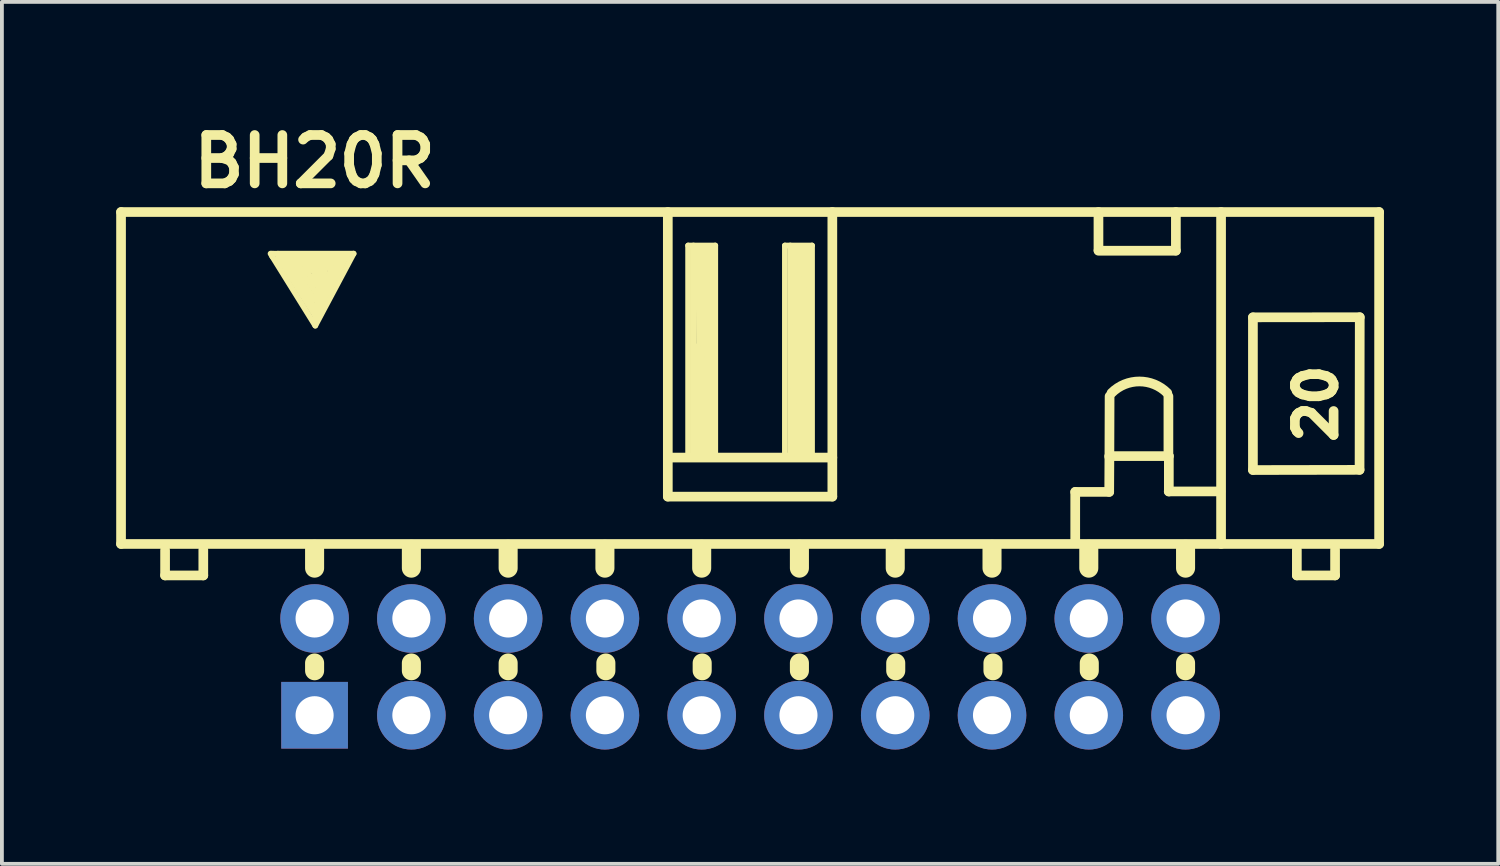
<source format=kicad_pcb>
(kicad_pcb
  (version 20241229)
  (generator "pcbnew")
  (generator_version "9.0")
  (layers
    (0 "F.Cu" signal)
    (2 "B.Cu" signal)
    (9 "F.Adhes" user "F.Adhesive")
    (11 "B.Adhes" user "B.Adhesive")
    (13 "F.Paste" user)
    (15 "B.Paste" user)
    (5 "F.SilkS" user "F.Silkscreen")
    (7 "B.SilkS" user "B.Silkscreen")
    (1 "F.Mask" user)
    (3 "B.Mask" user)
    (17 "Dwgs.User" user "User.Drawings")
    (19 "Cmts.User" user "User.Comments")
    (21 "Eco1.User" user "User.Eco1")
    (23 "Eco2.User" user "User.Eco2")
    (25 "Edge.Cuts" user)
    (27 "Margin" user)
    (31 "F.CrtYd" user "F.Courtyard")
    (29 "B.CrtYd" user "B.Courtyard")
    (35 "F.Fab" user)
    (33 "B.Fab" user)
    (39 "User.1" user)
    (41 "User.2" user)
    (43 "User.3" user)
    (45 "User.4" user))
  (footprint "BH20R"
    (layer "F.Cu")
    (at 16.637 14.453)
    (property "Reference" "BH20R" (at -11.43 -13.264 0) (layer "F.SilkS") (effects (font (size 1.27 1.27) (thickness 0.254))))
    (attr through_hole)
    (fp_line (start -16.51 -11.938) (end 16.51 -11.938) (stroke (width 0.254) (type solid)) (layer "F.SilkS"))
    (fp_line (start -16.51 -3.226) (end -16.51 -11.938) (stroke (width 0.254) (type solid)) (layer "F.SilkS"))
    (fp_line (start -16.51 -3.226) (end 16.51 -3.226) (stroke (width 0.254) (type solid)) (layer "F.SilkS"))
    (fp_line (start -15.354 -3.061) (end -15.354 -2.4) (stroke (width 0.254) (type solid)) (layer "F.SilkS"))
    (fp_line (start -15.354 -2.4) (end -14.351 -2.4) (stroke (width 0.254) (type solid)) (layer "F.SilkS"))
    (fp_line (start -14.351 -2.4) (end -14.351 -3.073) (stroke (width 0.254) (type solid)) (layer "F.SilkS"))
    (fp_line (start -12.54 -10.77) (end -12.586 -10.846) (stroke (width 0.15) (type solid)) (layer "F.SilkS"))
    (fp_line (start -12.403 -10.846) (end -10.406 -10.846) (stroke (width 0.15) (type solid)) (layer "F.SilkS"))
    (fp_line (start -12.388 -10.762) (end -11.412 -9.215) (stroke (width 0.15) (type solid)) (layer "F.SilkS"))
    (fp_line (start -12.367 -10.841) (end -12.56 -10.846) (stroke (width 0.15) (type solid)) (layer "F.SilkS"))
    (fp_line (start -12.258 -10.77) (end -11.427 -9.428) (stroke (width 0.15) (type solid)) (layer "F.SilkS"))
    (fp_line (start -12.129 -10.671) (end -11.427 -9.642) (stroke (width 0.15) (type solid)) (layer "F.SilkS"))
    (fp_line (start -11.915 -10.564) (end -11.389 -9.817) (stroke (width 0.15) (type solid)) (layer "F.SilkS"))
    (fp_line (start -11.687 -10.472) (end -11.397 -10.03) (stroke (width 0.15) (type solid)) (layer "F.SilkS"))
    (fp_line (start -11.669 -10.351) (end -11.991 -10.615) (stroke (width 0.15) (type solid)) (layer "F.SilkS"))
    (fp_line (start -11.534 -10.434) (end -11.359 -10.328) (stroke (width 0.15) (type solid)) (layer "F.SilkS"))
    (fp_line (start -11.466 -10.259) (end -11.458 -10.251) (stroke (width 0.15) (type solid)) (layer "F.SilkS"))
    (fp_line (start -11.43 -3.086) (end -11.43 -2.591) (stroke (width 0.5) (type solid)) (layer "F.SilkS"))
    (fp_line (start -11.43 -0.102) (end -11.43 0.102) (stroke (width 0.5) (type solid)) (layer "F.SilkS"))
    (fp_line (start -11.427 -9.642) (end -10.886 -10.617) (stroke (width 0.15) (type solid)) (layer "F.SilkS"))
    (fp_line (start -11.427 -9.428) (end -10.757 -10.686) (stroke (width 0.15) (type solid)) (layer "F.SilkS"))
    (fp_line (start -11.412 -9.215) (end -10.597 -10.762) (stroke (width 0.15) (type solid)) (layer "F.SilkS"))
    (fp_line (start -11.412 -8.956) (end -12.54 -10.77) (stroke (width 0.15) (type solid)) (layer "F.SilkS"))
    (fp_line (start -11.397 -10.03) (end -11.252 -10.48) (stroke (width 0.15) (type solid)) (layer "F.SilkS"))
    (fp_line (start -11.389 -9.817) (end -11.1 -10.556) (stroke (width 0.15) (type solid)) (layer "F.SilkS"))
    (fp_line (start -11.359 -10.328) (end -11.466 -10.259) (stroke (width 0.15) (type solid)) (layer "F.SilkS"))
    (fp_line (start -11.351 -9.406) (end -11.412 -9.108) (stroke (width 0.15) (type solid)) (layer "F.SilkS"))
    (fp_line (start -11.252 -10.48) (end -11.534 -10.434) (stroke (width 0.15) (type solid)) (layer "F.SilkS"))
    (fp_line (start -11.1 -10.556) (end -11.687 -10.472) (stroke (width 0.15) (type solid)) (layer "F.SilkS"))
    (fp_line (start -10.955 -10.668) (end -11.062 -10.472) (stroke (width 0.15) (type solid)) (layer "F.SilkS"))
    (fp_line (start -10.886 -10.617) (end -11.915 -10.564) (stroke (width 0.15) (type solid)) (layer "F.SilkS"))
    (fp_line (start -10.757 -10.686) (end -12.129 -10.671) (stroke (width 0.15) (type solid)) (layer "F.SilkS"))
    (fp_line (start -10.597 -10.762) (end -12.258 -10.77) (stroke (width 0.15) (type solid)) (layer "F.SilkS"))
    (fp_line (start -10.406 -10.846) (end -11.412 -8.956) (stroke (width 0.15) (type solid)) (layer "F.SilkS"))
    (fp_line (start -8.89 -3.086) (end -8.89 -2.591) (stroke (width 0.5) (type solid)) (layer "F.SilkS"))
    (fp_line (start -8.89 -0.102) (end -8.89 0.102) (stroke (width 0.5) (type solid)) (layer "F.SilkS"))
    (fp_line (start -6.35 -3.086) (end -6.35 -2.591) (stroke (width 0.5) (type solid)) (layer "F.SilkS"))
    (fp_line (start -6.35 -0.102) (end -6.35 0.102) (stroke (width 0.5) (type solid)) (layer "F.SilkS"))
    (fp_line (start -3.81 -3.086) (end -3.81 -2.591) (stroke (width 0.5) (type solid)) (layer "F.SilkS"))
    (fp_line (start -3.785 -0.102) (end -3.785 0.102) (stroke (width 0.5) (type solid)) (layer "F.SilkS"))
    (fp_line (start -2.159 -4.47) (end -2.159 -11.938) (stroke (width 0.254) (type solid)) (layer "F.SilkS"))
    (fp_line (start -2.141 -5.494) (end 2.159 -5.494) (stroke (width 0.254) (type solid)) (layer "F.SilkS"))
    (fp_line (start -1.626 -11.059) (end -0.914 -11.059) (stroke (width 0.15) (type solid)) (layer "F.SilkS"))
    (fp_line (start -1.626 -5.502) (end -1.626 -11.059) (stroke (width 0.15) (type solid)) (layer "F.SilkS"))
    (fp_line (start -1.486 -11.059) (end -1.486 -5.588) (stroke (width 0.15) (type solid)) (layer "F.SilkS"))
    (fp_line (start -1.407 -5.596) (end -1.016 -5.598) (stroke (width 0.15) (type solid)) (layer "F.SilkS"))
    (fp_line (start -1.394 -6.37) (end -1.407 -5.596) (stroke (width 0.15) (type solid)) (layer "F.SilkS"))
    (fp_line (start -1.382 -8.415) (end -1.41 -6.18) (stroke (width 0.15) (type solid)) (layer "F.SilkS"))
    (fp_line (start -1.349 -11.013) (end -1.333 -5.634) (stroke (width 0.15) (type solid)) (layer "F.SilkS"))
    (fp_line (start -1.27 -3.086) (end -1.27 -2.591) (stroke (width 0.5) (type solid)) (layer "F.SilkS"))
    (fp_line (start -1.257 -0.102) (end -1.257 0.102) (stroke (width 0.5) (type solid)) (layer "F.SilkS"))
    (fp_line (start -1.227 -11.013) (end -1.242 -5.618) (stroke (width 0.15) (type solid)) (layer "F.SilkS"))
    (fp_line (start -1.105 -11.013) (end -1.12 -5.649) (stroke (width 0.15) (type solid)) (layer "F.SilkS"))
    (fp_line (start -0.983 -11.029) (end -1.029 -5.649) (stroke (width 0.15) (type solid)) (layer "F.SilkS"))
    (fp_line (start -0.914 -11.059) (end -0.914 -5.512) (stroke (width 0.15) (type solid)) (layer "F.SilkS"))
    (fp_line (start 0.914 -11.059) (end 1.626 -11.059) (stroke (width 0.15) (type solid)) (layer "F.SilkS"))
    (fp_line (start 0.914 -5.502) (end 0.914 -11.059) (stroke (width 0.15) (type solid)) (layer "F.SilkS"))
    (fp_line (start 1.054 -11.059) (end 1.054 -5.588) (stroke (width 0.15) (type solid)) (layer "F.SilkS"))
    (fp_line (start 1.133 -5.596) (end 1.524 -5.598) (stroke (width 0.15) (type solid)) (layer "F.SilkS"))
    (fp_line (start 1.146 -6.37) (end 1.133 -5.596) (stroke (width 0.15) (type solid)) (layer "F.SilkS"))
    (fp_line (start 1.158 -8.415) (end 1.13 -6.18) (stroke (width 0.15) (type solid)) (layer "F.SilkS"))
    (fp_line (start 1.191 -11.013) (end 1.206 -5.634) (stroke (width 0.15) (type solid)) (layer "F.SilkS"))
    (fp_line (start 1.295 -3.086) (end 1.295 -2.591) (stroke (width 0.5) (type solid)) (layer "F.SilkS"))
    (fp_line (start 1.295 -0.102) (end 1.295 0.102) (stroke (width 0.5) (type solid)) (layer "F.SilkS"))
    (fp_line (start 1.313 -11.013) (end 1.298 -5.618) (stroke (width 0.15) (type solid)) (layer "F.SilkS"))
    (fp_line (start 1.435 -11.013) (end 1.42 -5.649) (stroke (width 0.15) (type solid)) (layer "F.SilkS"))
    (fp_line (start 1.557 -11.029) (end 1.511 -5.649) (stroke (width 0.15) (type solid)) (layer "F.SilkS"))
    (fp_line (start 1.626 -11.059) (end 1.626 -5.512) (stroke (width 0.15) (type solid)) (layer "F.SilkS"))
    (fp_line (start 2.159 -4.47) (end 2.159 -11.938) (stroke (width 0.254) (type solid)) (layer "F.SilkS"))
    (fp_line (start 2.159 -4.468) (end -2.159 -4.468) (stroke (width 0.254) (type solid)) (layer "F.SilkS"))
    (fp_line (start 3.81 -3.086) (end 3.81 -2.591) (stroke (width 0.5) (type solid)) (layer "F.SilkS"))
    (fp_line (start 3.823 -0.102) (end 3.823 0.102) (stroke (width 0.5) (type solid)) (layer "F.SilkS"))
    (fp_line (start 6.35 -3.086) (end 6.35 -2.591) (stroke (width 0.5) (type solid)) (layer "F.SilkS"))
    (fp_line (start 6.375 -0.102) (end 6.375 0.102) (stroke (width 0.5) (type solid)) (layer "F.SilkS"))
    (fp_line (start 8.534 -4.592) (end 8.534 -3.259) (stroke (width 0.254) (type solid)) (layer "F.SilkS"))
    (fp_line (start 8.534 -4.592) (end 9.426 -4.592) (stroke (width 0.254) (type solid)) (layer "F.SilkS"))
    (fp_line (start 8.89 -3.086) (end 8.89 -2.591) (stroke (width 0.5) (type solid)) (layer "F.SilkS"))
    (fp_line (start 8.903 -0.102) (end 8.903 0.102) (stroke (width 0.5) (type solid)) (layer "F.SilkS"))
    (fp_line (start 9.144 -11.938) (end 9.144 -10.937) (stroke (width 0.254) (type solid)) (layer "F.SilkS"))
    (fp_line (start 9.144 -10.922) (end 11.176 -10.922) (stroke (width 0.254) (type solid)) (layer "F.SilkS"))
    (fp_line (start 9.426 -4.592) (end 9.431 -5.532) (stroke (width 0.254) (type solid)) (layer "F.SilkS"))
    (fp_line (start 9.431 -5.532) (end 10.991 -5.532) (stroke (width 0.254) (type solid)) (layer "F.SilkS"))
    (fp_line (start 9.431 -5.507) (end 9.436 -7.102) (stroke (width 0.254) (type solid)) (layer "F.SilkS"))
    (fp_line (start 10.98 -5.527) (end 10.98 -7.102) (stroke (width 0.254) (type solid)) (layer "F.SilkS"))
    (fp_line (start 10.991 -5.532) (end 10.991 -4.602) (stroke (width 0.254) (type solid)) (layer "F.SilkS"))
    (fp_line (start 11.176 -10.927) (end 11.176 -11.938) (stroke (width 0.254) (type solid)) (layer "F.SilkS"))
    (fp_line (start 11.43 -3.086) (end 11.43 -2.591) (stroke (width 0.5) (type solid)) (layer "F.SilkS"))
    (fp_line (start 11.43 -0.102) (end 11.43 0.102) (stroke (width 0.5) (type solid)) (layer "F.SilkS"))
    (fp_line (start 12.344 -4.605) (end 10.988 -4.605) (stroke (width 0.254) (type solid)) (layer "F.SilkS"))
    (fp_line (start 12.362 -11.938) (end 12.362 -3.226) (stroke (width 0.254) (type solid)) (layer "F.SilkS"))
    (fp_line (start 13.198 -9.174) (end 13.198 -5.169) (stroke (width 0.254) (type solid)) (layer "F.SilkS"))
    (fp_line (start 13.198 -5.166) (end 15.997 -5.171) (stroke (width 0.254) (type solid)) (layer "F.SilkS"))
    (fp_line (start 14.351 -3.073) (end 14.351 -2.4) (stroke (width 0.254) (type solid)) (layer "F.SilkS"))
    (fp_line (start 14.351 -2.4) (end 15.354 -2.4) (stroke (width 0.254) (type solid)) (layer "F.SilkS"))
    (fp_line (start 15.354 -2.4) (end 15.354 -3.073) (stroke (width 0.254) (type solid)) (layer "F.SilkS"))
    (fp_line (start 15.997 -5.171) (end 16.002 -9.177) (stroke (width 0.254) (type solid)) (layer "F.SilkS"))
    (fp_line (start 16.002 -9.177) (end 13.198 -9.174) (stroke (width 0.254) (type solid)) (layer "F.SilkS"))
    (fp_line (start 16.51 -3.226) (end 16.51 -11.938) (stroke (width 0.254) (type solid)) (layer "F.SilkS"))
    (fp_arc (start 9.4869 -7.1882) (mid 10.21842 -7.491206) (end 10.94994 -7.1882) (stroke (width 0.254) (type solid)) (layer "F.SilkS"))
    (fp_text user "20" (at 14.859 -6.909 90) (layer "F.SilkS") (effects (font (size 1.016 1.016) (thickness 0.254))))
    (pad "1" thru_hole rect (at -11.43 1.27) (size 1.75 1.75) (drill 1) (layers "*.Cu" "*.Mask"))
    (pad "2" thru_hole circle (at -11.43 -1.27) (size 1.8 1.8) (drill 1) (layers "*.Cu" "*.Mask"))
    (pad "3" thru_hole circle (at -8.89 1.27) (size 1.8 1.8) (drill 1) (layers "*.Cu" "*.Mask"))
    (pad "4" thru_hole circle (at -8.89 -1.27) (size 1.8 1.8) (drill 1) (layers "*.Cu" "*.Mask"))
    (pad "5" thru_hole circle (at -6.35 1.27) (size 1.8 1.8) (drill 1) (layers "*.Cu" "*.Mask"))
    (pad "6" thru_hole circle (at -6.35 -1.27) (size 1.8 1.8) (drill 1) (layers "*.Cu" "*.Mask"))
    (pad "7" thru_hole circle (at -3.81 1.27) (size 1.8 1.8) (drill 1) (layers "*.Cu" "*.Mask"))
    (pad "8" thru_hole circle (at -3.81 -1.27) (size 1.8 1.8) (drill 1) (layers "*.Cu" "*.Mask"))
    (pad "9" thru_hole circle (at -1.27 1.27) (size 1.8 1.8) (drill 1) (layers "*.Cu" "*.Mask"))
    (pad "10" thru_hole circle (at -1.27 -1.27) (size 1.8 1.8) (drill 1) (layers "*.Cu" "*.Mask"))
    (pad "11" thru_hole circle (at 1.27 1.27) (size 1.8 1.8) (drill 1) (layers "*.Cu" "*.Mask"))
    (pad "12" thru_hole circle (at 1.27 -1.27) (size 1.8 1.8) (drill 1) (layers "*.Cu" "*.Mask"))
    (pad "13" thru_hole circle (at 3.81 1.27) (size 1.8 1.8) (drill 1) (layers "*.Cu" "*.Mask"))
    (pad "14" thru_hole circle (at 3.81 -1.27) (size 1.8 1.8) (drill 1) (layers "*.Cu" "*.Mask"))
    (pad "15" thru_hole circle (at 6.35 1.27) (size 1.8 1.8) (drill 1) (layers "*.Cu" "*.Mask"))
    (pad "16" thru_hole circle (at 6.35 -1.27) (size 1.8 1.8) (drill 1) (layers "*.Cu" "*.Mask"))
    (pad "17" thru_hole circle (at 8.89 1.27) (size 1.8 1.8) (drill 1) (layers "*.Cu" "*.Mask"))
    (pad "18" thru_hole circle (at 8.89 -1.27) (size 1.8 1.8) (drill 1) (layers "*.Cu" "*.Mask"))
    (pad "19" thru_hole circle (at 11.43 1.27) (size 1.8 1.8) (drill 1) (layers "*.Cu" "*.Mask"))
    (pad "20" thru_hole circle (at 11.43 -1.27) (size 1.8 1.8) (drill 1) (layers "*.Cu" "*.Mask")))
  (gr_rect
    (start -3 -3)
    (end 36.274 19.623)
    (stroke (width 0.1) (type default))
    (fill no)
    (layer "Edge.Cuts")))
</source>
